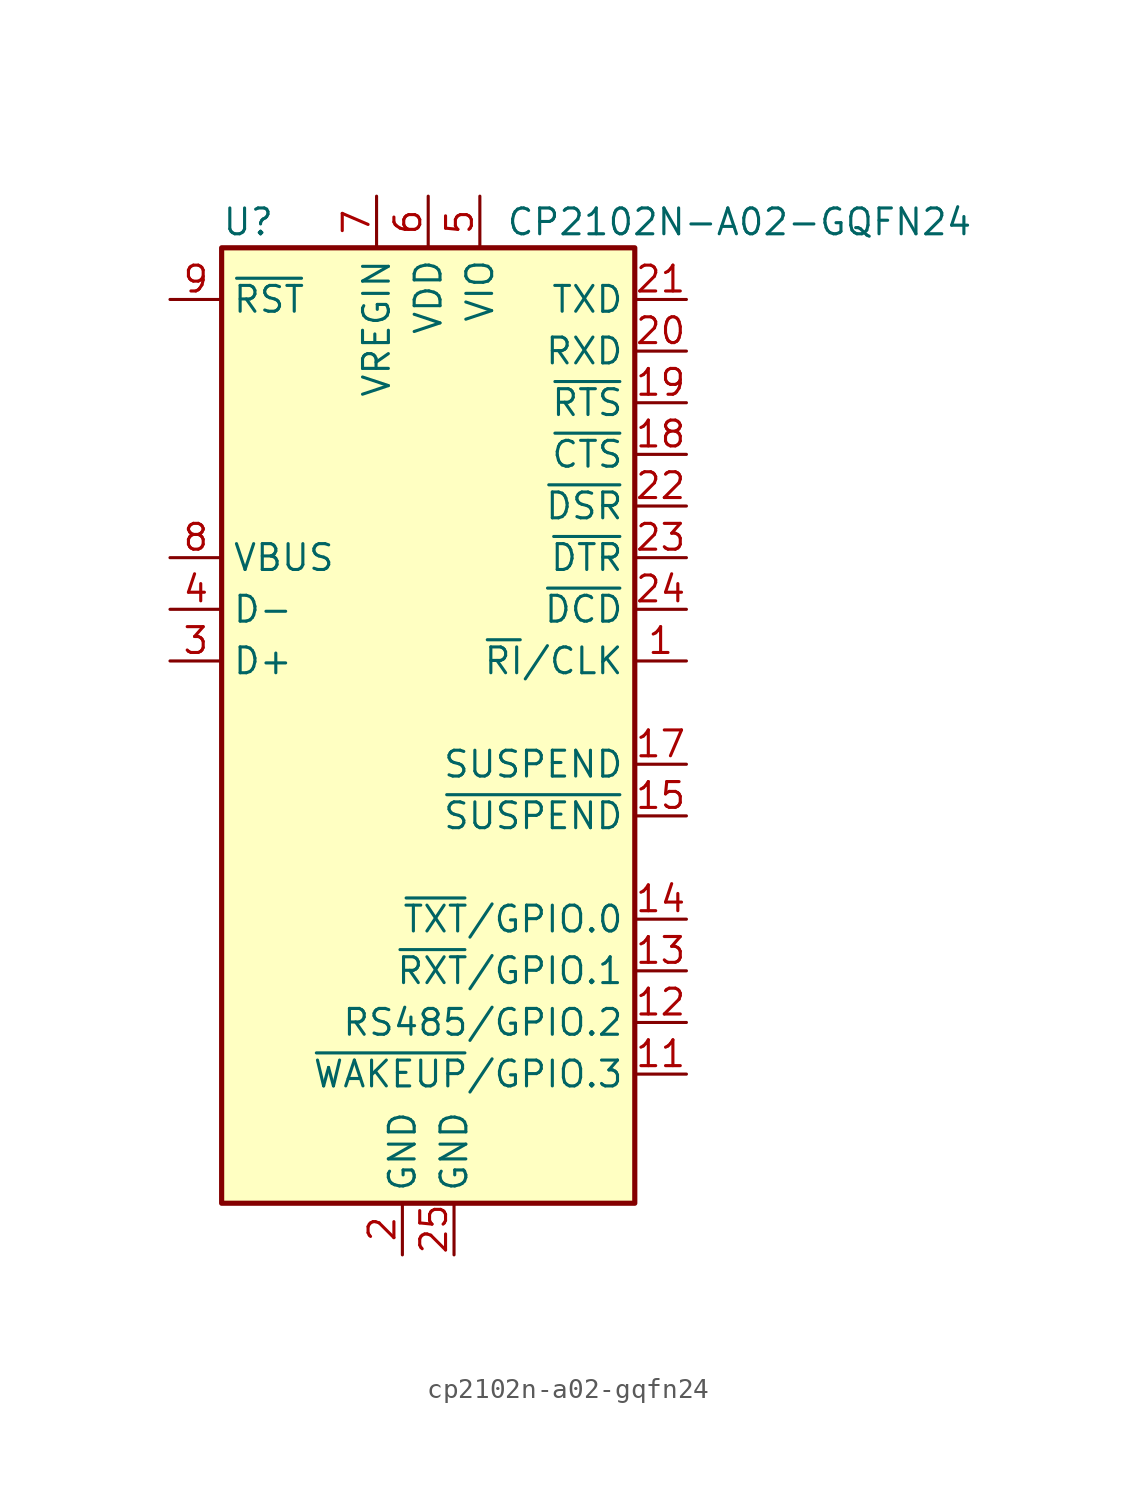
<source format=kicad_sym>
(kicad_symbol_lib
  (version 20241209)
  (generator "kicad_symbol_editor")
  (generator_version "9.0")
  (symbol "cp2102n-a02-gqfn24"
    (property "Reference" "U"
      (at -10.16 24.13 0)
      (effects (font (size 1.27 1.27)) (justify left)))
    (property "Value" "CP2102N-A02-GQFN24"
      (at 3.81 24.13 0)
      (effects (font (size 1.27 1.27)) (justify left)))
    (symbol "cp2102n-a02-gqfn24_0_1"
      (rectangle (start -10.16 22.86) (end 10.16 -24.13) (stroke (width 0.254) (type default)) (fill (type background))))
    (symbol "cp2102n-a02-gqfn24_1_1"
      (pin input line (at -12.7 20.32 0) (length 2.54) (name "~{RST}" (effects (font (size 1.27 1.27)))) (number "9" (effects (font (size 1.27 1.27)))))
      (pin input line (at -12.7 7.62 0) (length 2.54) (name "VBUS" (effects (font (size 1.27 1.27)))) (number "8" (effects (font (size 1.27 1.27)))))
      (pin bidirectional line (at -12.7 5.08 0) (length 2.54) (name "D-" (effects (font (size 1.27 1.27)))) (number "4" (effects (font (size 1.27 1.27)))))
      (pin bidirectional line (at -12.7 2.54 0) (length 2.54) (name "D+" (effects (font (size 1.27 1.27)))) (number "3" (effects (font (size 1.27 1.27)))))
      (pin power_in line (at -2.54 25.4 270) (length 2.54) (name "VREGIN" (effects (font (size 1.27 1.27)))) (number "7" (effects (font (size 1.27 1.27)))))
      (pin power_in line (at -1.27 -26.67 90) (length 2.54) (name "GND" (effects (font (size 1.27 1.27)))) (number "2" (effects (font (size 1.27 1.27)))))
      (pin power_in line (at 0 25.4 270) (length 2.54) (name "VDD" (effects (font (size 1.27 1.27)))) (number "6" (effects (font (size 1.27 1.27)))))
      (pin power_in line (at 1.27 -26.67 90) (length 2.54) (name "GND" (effects (font (size 1.27 1.27)))) (number "25" (effects (font (size 1.27 1.27)))))
      (pin power_in line (at 2.54 25.4 270) (length 2.54) (name "VIO" (effects (font (size 1.27 1.27)))) (number "5" (effects (font (size 1.27 1.27)))))
      (pin no_connect line (at 3.81 -26.67 90) (length 2.54) (hide yes) (name "NC" (effects (font (size 1.27 1.27)))) (number "10" (effects (font (size 1.27 1.27)))))
      (pin no_connect line (at 6.35 -26.67 90) (length 2.54) (hide yes) (name "NC" (effects (font (size 1.27 1.27)))) (number "16" (effects (font (size 1.27 1.27)))))
      (pin output line (at 12.7 20.32 180) (length 2.54) (name "TXD" (effects (font (size 1.27 1.27)))) (number "21" (effects (font (size 1.27 1.27)))))
      (pin input line (at 12.7 17.78 180) (length 2.54) (name "RXD" (effects (font (size 1.27 1.27)))) (number "20" (effects (font (size 1.27 1.27)))))
      (pin output line (at 12.7 15.24 180) (length 2.54) (name "~{RTS}" (effects (font (size 1.27 1.27)))) (number "19" (effects (font (size 1.27 1.27)))))
      (pin input line (at 12.7 12.7 180) (length 2.54) (name "~{CTS}" (effects (font (size 1.27 1.27)))) (number "18" (effects (font (size 1.27 1.27)))))
      (pin input line (at 12.7 10.16 180) (length 2.54) (name "~{DSR}" (effects (font (size 1.27 1.27)))) (number "22" (effects (font (size 1.27 1.27)))))
      (pin output line (at 12.7 7.62 180) (length 2.54) (name "~{DTR}" (effects (font (size 1.27 1.27)))) (number "23" (effects (font (size 1.27 1.27)))))
      (pin input line (at 12.7 5.08 180) (length 2.54) (name "~{DCD}" (effects (font (size 1.27 1.27)))) (number "24" (effects (font (size 1.27 1.27)))))
      (pin bidirectional line (at 12.7 2.54 180) (length 2.54) (name "~{RI}/CLK" (effects (font (size 1.27 1.27)))) (number "1" (effects (font (size 1.27 1.27)))))
      (pin output line (at 12.7 -2.54 180) (length 2.54) (name "SUSPEND" (effects (font (size 1.27 1.27)))) (number "17" (effects (font (size 1.27 1.27)))))
      (pin output line (at 12.7 -5.08 180) (length 2.54) (name "~{SUSPEND}" (effects (font (size 1.27 1.27)))) (number "15" (effects (font (size 1.27 1.27)))))
      (pin bidirectional line (at 12.7 -10.16 180) (length 2.54) (name "~{TXT}/GPIO.0" (effects (font (size 1.27 1.27)))) (number "14" (effects (font (size 1.27 1.27)))))
      (pin bidirectional line (at 12.7 -12.7 180) (length 2.54) (name "~{RXT}/GPIO.1" (effects (font (size 1.27 1.27)))) (number "13" (effects (font (size 1.27 1.27)))))
      (pin bidirectional line (at 12.7 -15.24 180) (length 2.54) (name "RS485/GPIO.2" (effects (font (size 1.27 1.27)))) (number "12" (effects (font (size 1.27 1.27)))))
      (pin bidirectional line (at 12.7 -17.78 180) (length 2.54) (name "~{WAKEUP}/GPIO.3" (effects (font (size 1.27 1.27)))) (number "11" (effects (font (size 1.27 1.27))))))))
</source>
